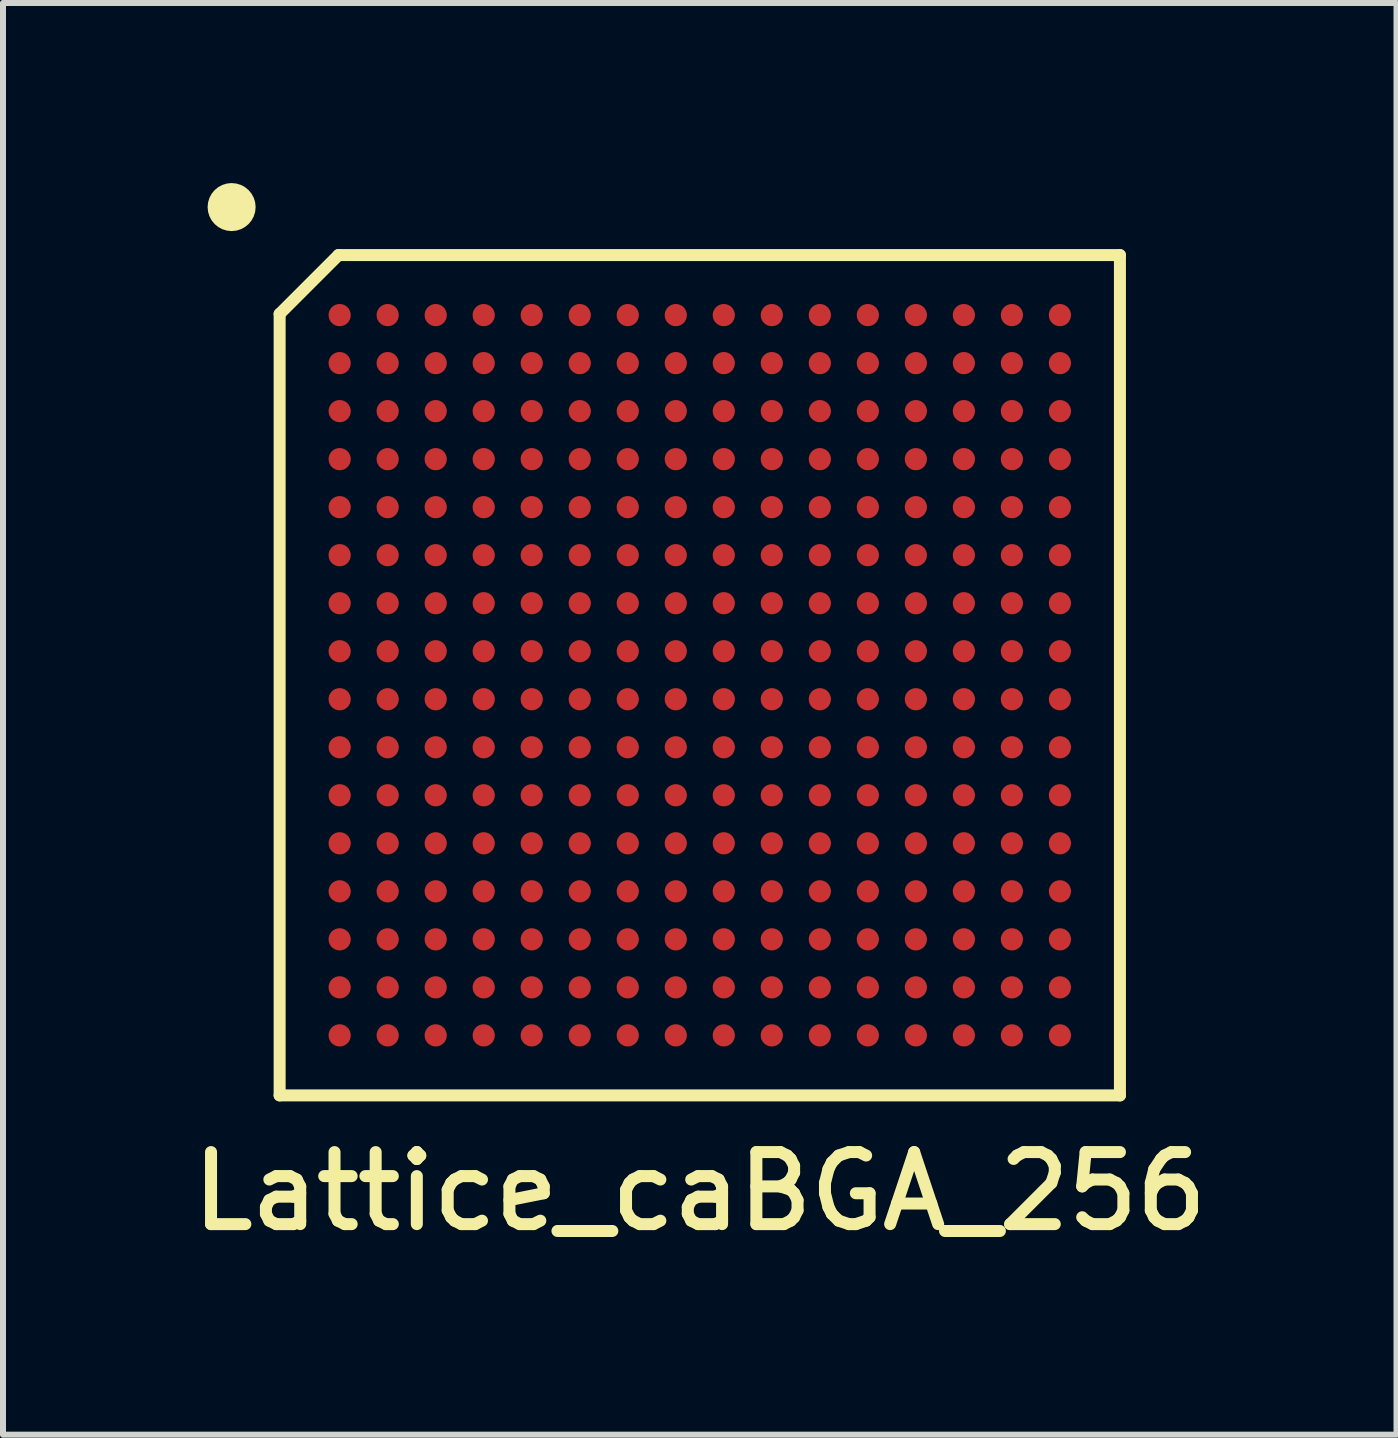
<source format=kicad_pcb>
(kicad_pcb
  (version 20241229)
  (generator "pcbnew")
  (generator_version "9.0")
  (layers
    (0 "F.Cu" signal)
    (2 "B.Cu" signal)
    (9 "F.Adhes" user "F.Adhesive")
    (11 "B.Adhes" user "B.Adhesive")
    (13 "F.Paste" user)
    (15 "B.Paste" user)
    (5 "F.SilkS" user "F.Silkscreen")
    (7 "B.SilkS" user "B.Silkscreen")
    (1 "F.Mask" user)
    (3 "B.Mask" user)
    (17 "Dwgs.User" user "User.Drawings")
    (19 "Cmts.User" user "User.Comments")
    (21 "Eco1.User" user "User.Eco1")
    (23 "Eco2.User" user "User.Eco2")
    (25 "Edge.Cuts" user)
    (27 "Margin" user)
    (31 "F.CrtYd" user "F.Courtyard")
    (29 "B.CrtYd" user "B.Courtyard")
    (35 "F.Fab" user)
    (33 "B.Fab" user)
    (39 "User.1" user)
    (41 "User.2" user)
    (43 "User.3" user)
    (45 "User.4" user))
  (footprint "Lattice_caBGA_256"
    (layer "F.Cu")
    (at 8.609 8.2)
    (property "Reference" "Lattice_caBGA_256" (at 0 8.6 0) (layer "F.SilkS") (effects (font (size 1.2 1.2) (thickness 0.2))))
    (attr through_hole)
    (fp_line (start -7 -6.02) (end -7 7) (stroke (width 0.2) (type solid)) (layer "F.SilkS"))
    (fp_line (start -7 7) (end 7 7) (stroke (width 0.2) (type solid)) (layer "F.SilkS"))
    (fp_line (start -6.02 -7) (end -7 -6.02) (stroke (width 0.2) (type solid)) (layer "F.SilkS"))
    (fp_line (start 7 -7) (end -6.02 -7) (stroke (width 0.2) (type solid)) (layer "F.SilkS"))
    (fp_line (start 7 7) (end 7 -7) (stroke (width 0.2) (type solid)) (layer "F.SilkS"))
    (fp_circle (center -7.8 -7.8) (end -7.8 -7.6) (stroke (width 0.4) (type solid)) (fill no) (layer "F.SilkS"))
    (pad "A1" smd circle (at -6 -6) (size 0.37 0.37) (layers "F.Cu" "F.Mask" "F.Paste"))
    (pad "A2" smd circle (at -5.2 -6) (size 0.37 0.37) (layers "F.Cu" "F.Mask" "F.Paste"))
    (pad "A3" smd circle (at -4.4 -6) (size 0.37 0.37) (layers "F.Cu" "F.Mask" "F.Paste"))
    (pad "A4" smd circle (at -3.6 -6) (size 0.37 0.37) (layers "F.Cu" "F.Mask" "F.Paste"))
    (pad "A5" smd circle (at -2.8 -6) (size 0.37 0.37) (layers "F.Cu" "F.Mask" "F.Paste"))
    (pad "A6" smd circle (at -2 -6) (size 0.37 0.37) (layers "F.Cu" "F.Mask" "F.Paste"))
    (pad "A7" smd circle (at -1.2 -6) (size 0.37 0.37) (layers "F.Cu" "F.Mask" "F.Paste"))
    (pad "A8" smd circle (at -0.4 -6) (size 0.37 0.37) (layers "F.Cu" "F.Mask" "F.Paste"))
    (pad "A9" smd circle (at 0.4 -6) (size 0.37 0.37) (layers "F.Cu" "F.Mask" "F.Paste"))
    (pad "A10" smd circle (at 1.2 -6) (size 0.37 0.37) (layers "F.Cu" "F.Mask" "F.Paste"))
    (pad "A11" smd circle (at 2 -6) (size 0.37 0.37) (layers "F.Cu" "F.Mask" "F.Paste"))
    (pad "A12" smd circle (at 2.8 -6) (size 0.37 0.37) (layers "F.Cu" "F.Mask" "F.Paste"))
    (pad "A13" smd circle (at 3.6 -6) (size 0.37 0.37) (layers "F.Cu" "F.Mask" "F.Paste"))
    (pad "A14" smd circle (at 4.4 -6) (size 0.37 0.37) (layers "F.Cu" "F.Mask" "F.Paste"))
    (pad "A15" smd circle (at 5.2 -6) (size 0.37 0.37) (layers "F.Cu" "F.Mask" "F.Paste"))
    (pad "A16" smd circle (at 6 -6) (size 0.37 0.37) (layers "F.Cu" "F.Mask" "F.Paste"))
    (pad "B1" smd circle (at -6 -5.2) (size 0.37 0.37) (layers "F.Cu" "F.Mask" "F.Paste"))
    (pad "B2" smd circle (at -5.2 -5.2) (size 0.37 0.37) (layers "F.Cu" "F.Mask" "F.Paste"))
    (pad "B3" smd circle (at -4.4 -5.2) (size 0.37 0.37) (layers "F.Cu" "F.Mask" "F.Paste"))
    (pad "B4" smd circle (at -3.6 -5.2) (size 0.37 0.37) (layers "F.Cu" "F.Mask" "F.Paste"))
    (pad "B5" smd circle (at -2.8 -5.2) (size 0.37 0.37) (layers "F.Cu" "F.Mask" "F.Paste"))
    (pad "B6" smd circle (at -2 -5.2) (size 0.37 0.37) (layers "F.Cu" "F.Mask" "F.Paste"))
    (pad "B7" smd circle (at -1.2 -5.2) (size 0.37 0.37) (layers "F.Cu" "F.Mask" "F.Paste"))
    (pad "B8" smd circle (at -0.4 -5.2) (size 0.37 0.37) (layers "F.Cu" "F.Mask" "F.Paste"))
    (pad "B9" smd circle (at 0.4 -5.2) (size 0.37 0.37) (layers "F.Cu" "F.Mask" "F.Paste"))
    (pad "B10" smd circle (at 1.2 -5.2) (size 0.37 0.37) (layers "F.Cu" "F.Mask" "F.Paste"))
    (pad "B11" smd circle (at 2 -5.2) (size 0.37 0.37) (layers "F.Cu" "F.Mask" "F.Paste"))
    (pad "B12" smd circle (at 2.8 -5.2) (size 0.37 0.37) (layers "F.Cu" "F.Mask" "F.Paste"))
    (pad "B13" smd circle (at 3.6 -5.2) (size 0.37 0.37) (layers "F.Cu" "F.Mask" "F.Paste"))
    (pad "B14" smd circle (at 4.4 -5.2) (size 0.37 0.37) (layers "F.Cu" "F.Mask" "F.Paste"))
    (pad "B15" smd circle (at 5.2 -5.2) (size 0.37 0.37) (layers "F.Cu" "F.Mask" "F.Paste"))
    (pad "B16" smd circle (at 6 -5.2) (size 0.37 0.37) (layers "F.Cu" "F.Mask" "F.Paste"))
    (pad "C1" smd circle (at -6 -4.4) (size 0.37 0.37) (layers "F.Cu" "F.Mask" "F.Paste"))
    (pad "C2" smd circle (at -5.2 -4.4) (size 0.37 0.37) (layers "F.Cu" "F.Mask" "F.Paste"))
    (pad "C3" smd circle (at -4.4 -4.4) (size 0.37 0.37) (layers "F.Cu" "F.Mask" "F.Paste"))
    (pad "C4" smd circle (at -3.6 -4.4) (size 0.37 0.37) (layers "F.Cu" "F.Mask" "F.Paste"))
    (pad "C5" smd circle (at -2.8 -4.4) (size 0.37 0.37) (layers "F.Cu" "F.Mask" "F.Paste"))
    (pad "C6" smd circle (at -2 -4.4) (size 0.37 0.37) (layers "F.Cu" "F.Mask" "F.Paste"))
    (pad "C7" smd circle (at -1.2 -4.4) (size 0.37 0.37) (layers "F.Cu" "F.Mask" "F.Paste"))
    (pad "C8" smd circle (at -0.4 -4.4) (size 0.37 0.37) (layers "F.Cu" "F.Mask" "F.Paste"))
    (pad "C9" smd circle (at 0.4 -4.4) (size 0.37 0.37) (layers "F.Cu" "F.Mask" "F.Paste"))
    (pad "C10" smd circle (at 1.2 -4.4) (size 0.37 0.37) (layers "F.Cu" "F.Mask" "F.Paste"))
    (pad "C11" smd circle (at 2 -4.4) (size 0.37 0.37) (layers "F.Cu" "F.Mask" "F.Paste"))
    (pad "C12" smd circle (at 2.8 -4.4) (size 0.37 0.37) (layers "F.Cu" "F.Mask" "F.Paste"))
    (pad "C13" smd circle (at 3.6 -4.4) (size 0.37 0.37) (layers "F.Cu" "F.Mask" "F.Paste"))
    (pad "C14" smd circle (at 4.4 -4.4) (size 0.37 0.37) (layers "F.Cu" "F.Mask" "F.Paste"))
    (pad "C15" smd circle (at 5.2 -4.4) (size 0.37 0.37) (layers "F.Cu" "F.Mask" "F.Paste"))
    (pad "C16" smd circle (at 6 -4.4) (size 0.37 0.37) (layers "F.Cu" "F.Mask" "F.Paste"))
    (pad "D1" smd circle (at -6 -3.6) (size 0.37 0.37) (layers "F.Cu" "F.Mask" "F.Paste"))
    (pad "D2" smd circle (at -5.2 -3.6) (size 0.37 0.37) (layers "F.Cu" "F.Mask" "F.Paste"))
    (pad "D3" smd circle (at -4.4 -3.6) (size 0.37 0.37) (layers "F.Cu" "F.Mask" "F.Paste"))
    (pad "D4" smd circle (at -3.6 -3.6) (size 0.37 0.37) (layers "F.Cu" "F.Mask" "F.Paste"))
    (pad "D5" smd circle (at -2.8 -3.6) (size 0.37 0.37) (layers "F.Cu" "F.Mask" "F.Paste"))
    (pad "D6" smd circle (at -2 -3.6) (size 0.37 0.37) (layers "F.Cu" "F.Mask" "F.Paste"))
    (pad "D7" smd circle (at -1.2 -3.6) (size 0.37 0.37) (layers "F.Cu" "F.Mask" "F.Paste"))
    (pad "D8" smd circle (at -0.4 -3.6) (size 0.37 0.37) (layers "F.Cu" "F.Mask" "F.Paste"))
    (pad "D9" smd circle (at 0.4 -3.6) (size 0.37 0.37) (layers "F.Cu" "F.Mask" "F.Paste"))
    (pad "D10" smd circle (at 1.2 -3.6) (size 0.37 0.37) (layers "F.Cu" "F.Mask" "F.Paste"))
    (pad "D11" smd circle (at 2 -3.6) (size 0.37 0.37) (layers "F.Cu" "F.Mask" "F.Paste"))
    (pad "D12" smd circle (at 2.8 -3.6) (size 0.37 0.37) (layers "F.Cu" "F.Mask" "F.Paste"))
    (pad "D13" smd circle (at 3.6 -3.6) (size 0.37 0.37) (layers "F.Cu" "F.Mask" "F.Paste"))
    (pad "D14" smd circle (at 4.4 -3.6) (size 0.37 0.37) (layers "F.Cu" "F.Mask" "F.Paste"))
    (pad "D15" smd circle (at 5.2 -3.6) (size 0.37 0.37) (layers "F.Cu" "F.Mask" "F.Paste"))
    (pad "D16" smd circle (at 6 -3.6) (size 0.37 0.37) (layers "F.Cu" "F.Mask" "F.Paste"))
    (pad "E1" smd circle (at -6 -2.8) (size 0.37 0.37) (layers "F.Cu" "F.Mask" "F.Paste"))
    (pad "E2" smd circle (at -5.2 -2.8) (size 0.37 0.37) (layers "F.Cu" "F.Mask" "F.Paste"))
    (pad "E3" smd circle (at -4.4 -2.8) (size 0.37 0.37) (layers "F.Cu" "F.Mask" "F.Paste"))
    (pad "E4" smd circle (at -3.6 -2.8) (size 0.37 0.37) (layers "F.Cu" "F.Mask" "F.Paste"))
    (pad "E5" smd circle (at -2.8 -2.8) (size 0.37 0.37) (layers "F.Cu" "F.Mask" "F.Paste"))
    (pad "E6" smd circle (at -2 -2.8) (size 0.37 0.37) (layers "F.Cu" "F.Mask" "F.Paste"))
    (pad "E7" smd circle (at -1.2 -2.8) (size 0.37 0.37) (layers "F.Cu" "F.Mask" "F.Paste"))
    (pad "E8" smd circle (at -0.4 -2.8) (size 0.37 0.37) (layers "F.Cu" "F.Mask" "F.Paste"))
    (pad "E9" smd circle (at 0.4 -2.8) (size 0.37 0.37) (layers "F.Cu" "F.Mask" "F.Paste"))
    (pad "E10" smd circle (at 1.2 -2.8) (size 0.37 0.37) (layers "F.Cu" "F.Mask" "F.Paste"))
    (pad "E11" smd circle (at 2 -2.8) (size 0.37 0.37) (layers "F.Cu" "F.Mask" "F.Paste"))
    (pad "E12" smd circle (at 2.8 -2.8) (size 0.37 0.37) (layers "F.Cu" "F.Mask" "F.Paste"))
    (pad "E13" smd circle (at 3.6 -2.8) (size 0.37 0.37) (layers "F.Cu" "F.Mask" "F.Paste"))
    (pad "E14" smd circle (at 4.4 -2.8) (size 0.37 0.37) (layers "F.Cu" "F.Mask" "F.Paste"))
    (pad "E15" smd circle (at 5.2 -2.8) (size 0.37 0.37) (layers "F.Cu" "F.Mask" "F.Paste"))
    (pad "E16" smd circle (at 6 -2.8) (size 0.37 0.37) (layers "F.Cu" "F.Mask" "F.Paste"))
    (pad "F1" smd circle (at -6 -2) (size 0.37 0.37) (layers "F.Cu" "F.Mask" "F.Paste"))
    (pad "F2" smd circle (at -5.2 -2) (size 0.37 0.37) (layers "F.Cu" "F.Mask" "F.Paste"))
    (pad "F3" smd circle (at -4.4 -2) (size 0.37 0.37) (layers "F.Cu" "F.Mask" "F.Paste"))
    (pad "F4" smd circle (at -3.6 -2) (size 0.37 0.37) (layers "F.Cu" "F.Mask" "F.Paste"))
    (pad "F5" smd circle (at -2.8 -2) (size 0.37 0.37) (layers "F.Cu" "F.Mask" "F.Paste"))
    (pad "F6" smd circle (at -2 -2) (size 0.37 0.37) (layers "F.Cu" "F.Mask" "F.Paste"))
    (pad "F7" smd circle (at -1.2 -2) (size 0.37 0.37) (layers "F.Cu" "F.Mask" "F.Paste"))
    (pad "F8" smd circle (at -0.4 -2) (size 0.37 0.37) (layers "F.Cu" "F.Mask" "F.Paste"))
    (pad "F9" smd circle (at 0.4 -2) (size 0.37 0.37) (layers "F.Cu" "F.Mask" "F.Paste"))
    (pad "F10" smd circle (at 1.2 -2) (size 0.37 0.37) (layers "F.Cu" "F.Mask" "F.Paste"))
    (pad "F11" smd circle (at 2 -2) (size 0.37 0.37) (layers "F.Cu" "F.Mask" "F.Paste"))
    (pad "F12" smd circle (at 2.8 -2) (size 0.37 0.37) (layers "F.Cu" "F.Mask" "F.Paste"))
    (pad "F13" smd circle (at 3.6 -2) (size 0.37 0.37) (layers "F.Cu" "F.Mask" "F.Paste"))
    (pad "F14" smd circle (at 4.4 -2) (size 0.37 0.37) (layers "F.Cu" "F.Mask" "F.Paste"))
    (pad "F15" smd circle (at 5.2 -2) (size 0.37 0.37) (layers "F.Cu" "F.Mask" "F.Paste"))
    (pad "F16" smd circle (at 6 -2) (size 0.37 0.37) (layers "F.Cu" "F.Mask" "F.Paste"))
    (pad "G1" smd circle (at -6 -1.2) (size 0.37 0.37) (layers "F.Cu" "F.Mask" "F.Paste"))
    (pad "G2" smd circle (at -5.2 -1.2) (size 0.37 0.37) (layers "F.Cu" "F.Mask" "F.Paste"))
    (pad "G3" smd circle (at -4.4 -1.2) (size 0.37 0.37) (layers "F.Cu" "F.Mask" "F.Paste"))
    (pad "G4" smd circle (at -3.6 -1.2) (size 0.37 0.37) (layers "F.Cu" "F.Mask" "F.Paste"))
    (pad "G5" smd circle (at -2.8 -1.2) (size 0.37 0.37) (layers "F.Cu" "F.Mask" "F.Paste"))
    (pad "G6" smd circle (at -2 -1.2) (size 0.37 0.37) (layers "F.Cu" "F.Mask" "F.Paste"))
    (pad "G7" smd circle (at -1.2 -1.2) (size 0.37 0.37) (layers "F.Cu" "F.Mask" "F.Paste"))
    (pad "G8" smd circle (at -0.4 -1.2) (size 0.37 0.37) (layers "F.Cu" "F.Mask" "F.Paste"))
    (pad "G9" smd circle (at 0.4 -1.2) (size 0.37 0.37) (layers "F.Cu" "F.Mask" "F.Paste"))
    (pad "G10" smd circle (at 1.2 -1.2) (size 0.37 0.37) (layers "F.Cu" "F.Mask" "F.Paste"))
    (pad "G11" smd circle (at 2 -1.2) (size 0.37 0.37) (layers "F.Cu" "F.Mask" "F.Paste"))
    (pad "G12" smd circle (at 2.8 -1.2) (size 0.37 0.37) (layers "F.Cu" "F.Mask" "F.Paste"))
    (pad "G13" smd circle (at 3.6 -1.2) (size 0.37 0.37) (layers "F.Cu" "F.Mask" "F.Paste"))
    (pad "G14" smd circle (at 4.4 -1.2) (size 0.37 0.37) (layers "F.Cu" "F.Mask" "F.Paste"))
    (pad "G15" smd circle (at 5.2 -1.2) (size 0.37 0.37) (layers "F.Cu" "F.Mask" "F.Paste"))
    (pad "G16" smd circle (at 6 -1.2) (size 0.37 0.37) (layers "F.Cu" "F.Mask" "F.Paste"))
    (pad "H1" smd circle (at -6 -0.4) (size 0.37 0.37) (layers "F.Cu" "F.Mask" "F.Paste"))
    (pad "H2" smd circle (at -5.2 -0.4) (size 0.37 0.37) (layers "F.Cu" "F.Mask" "F.Paste"))
    (pad "H3" smd circle (at -4.4 -0.4) (size 0.37 0.37) (layers "F.Cu" "F.Mask" "F.Paste"))
    (pad "H4" smd circle (at -3.6 -0.4) (size 0.37 0.37) (layers "F.Cu" "F.Mask" "F.Paste"))
    (pad "H5" smd circle (at -2.8 -0.4) (size 0.37 0.37) (layers "F.Cu" "F.Mask" "F.Paste"))
    (pad "H6" smd circle (at -2 -0.4) (size 0.37 0.37) (layers "F.Cu" "F.Mask" "F.Paste"))
    (pad "H7" smd circle (at -1.2 -0.4) (size 0.37 0.37) (layers "F.Cu" "F.Mask" "F.Paste"))
    (pad "H8" smd circle (at -0.4 -0.4) (size 0.37 0.37) (layers "F.Cu" "F.Mask" "F.Paste"))
    (pad "H9" smd circle (at 0.4 -0.4) (size 0.37 0.37) (layers "F.Cu" "F.Mask" "F.Paste"))
    (pad "H10" smd circle (at 1.2 -0.4) (size 0.37 0.37) (layers "F.Cu" "F.Mask" "F.Paste"))
    (pad "H11" smd circle (at 2 -0.4) (size 0.37 0.37) (layers "F.Cu" "F.Mask" "F.Paste"))
    (pad "H12" smd circle (at 2.8 -0.4) (size 0.37 0.37) (layers "F.Cu" "F.Mask" "F.Paste"))
    (pad "H13" smd circle (at 3.6 -0.4) (size 0.37 0.37) (layers "F.Cu" "F.Mask" "F.Paste"))
    (pad "H14" smd circle (at 4.4 -0.4) (size 0.37 0.37) (layers "F.Cu" "F.Mask" "F.Paste"))
    (pad "H15" smd circle (at 5.2 -0.4) (size 0.37 0.37) (layers "F.Cu" "F.Mask" "F.Paste"))
    (pad "H16" smd circle (at 6 -0.4) (size 0.37 0.37) (layers "F.Cu" "F.Mask" "F.Paste"))
    (pad "J1" smd circle (at -6 0.4) (size 0.37 0.37) (layers "F.Cu" "F.Mask" "F.Paste"))
    (pad "J2" smd circle (at -5.2 0.4) (size 0.37 0.37) (layers "F.Cu" "F.Mask" "F.Paste"))
    (pad "J3" smd circle (at -4.4 0.4) (size 0.37 0.37) (layers "F.Cu" "F.Mask" "F.Paste"))
    (pad "J4" smd circle (at -3.6 0.4) (size 0.37 0.37) (layers "F.Cu" "F.Mask" "F.Paste"))
    (pad "J5" smd circle (at -2.8 0.4) (size 0.37 0.37) (layers "F.Cu" "F.Mask" "F.Paste"))
    (pad "J6" smd circle (at -2 0.4) (size 0.37 0.37) (layers "F.Cu" "F.Mask" "F.Paste"))
    (pad "J7" smd circle (at -1.2 0.4) (size 0.37 0.37) (layers "F.Cu" "F.Mask" "F.Paste"))
    (pad "J8" smd circle (at -0.4 0.4) (size 0.37 0.37) (layers "F.Cu" "F.Mask" "F.Paste"))
    (pad "J9" smd circle (at 0.4 0.4) (size 0.37 0.37) (layers "F.Cu" "F.Mask" "F.Paste"))
    (pad "J10" smd circle (at 1.2 0.4) (size 0.37 0.37) (layers "F.Cu" "F.Mask" "F.Paste"))
    (pad "J11" smd circle (at 2 0.4) (size 0.37 0.37) (layers "F.Cu" "F.Mask" "F.Paste"))
    (pad "J12" smd circle (at 2.8 0.4) (size 0.37 0.37) (layers "F.Cu" "F.Mask" "F.Paste"))
    (pad "J13" smd circle (at 3.6 0.4) (size 0.37 0.37) (layers "F.Cu" "F.Mask" "F.Paste"))
    (pad "J14" smd circle (at 4.4 0.4) (size 0.37 0.37) (layers "F.Cu" "F.Mask" "F.Paste"))
    (pad "J15" smd circle (at 5.2 0.4) (size 0.37 0.37) (layers "F.Cu" "F.Mask" "F.Paste"))
    (pad "J16" smd circle (at 6 0.4) (size 0.37 0.37) (layers "F.Cu" "F.Mask" "F.Paste"))
    (pad "K1" smd circle (at -6 1.2) (size 0.37 0.37) (layers "F.Cu" "F.Mask" "F.Paste"))
    (pad "K2" smd circle (at -5.2 1.2) (size 0.37 0.37) (layers "F.Cu" "F.Mask" "F.Paste"))
    (pad "K3" smd circle (at -4.4 1.2) (size 0.37 0.37) (layers "F.Cu" "F.Mask" "F.Paste"))
    (pad "K4" smd circle (at -3.6 1.2) (size 0.37 0.37) (layers "F.Cu" "F.Mask" "F.Paste"))
    (pad "K5" smd circle (at -2.8 1.2) (size 0.37 0.37) (layers "F.Cu" "F.Mask" "F.Paste"))
    (pad "K6" smd circle (at -2 1.2) (size 0.37 0.37) (layers "F.Cu" "F.Mask" "F.Paste"))
    (pad "K7" smd circle (at -1.2 1.2) (size 0.37 0.37) (layers "F.Cu" "F.Mask" "F.Paste"))
    (pad "K8" smd circle (at -0.4 1.2) (size 0.37 0.37) (layers "F.Cu" "F.Mask" "F.Paste"))
    (pad "K9" smd circle (at 0.4 1.2) (size 0.37 0.37) (layers "F.Cu" "F.Mask" "F.Paste"))
    (pad "K10" smd circle (at 1.2 1.2) (size 0.37 0.37) (layers "F.Cu" "F.Mask" "F.Paste"))
    (pad "K11" smd circle (at 2 1.2) (size 0.37 0.37) (layers "F.Cu" "F.Mask" "F.Paste"))
    (pad "K12" smd circle (at 2.8 1.2) (size 0.37 0.37) (layers "F.Cu" "F.Mask" "F.Paste"))
    (pad "K13" smd circle (at 3.6 1.2) (size 0.37 0.37) (layers "F.Cu" "F.Mask" "F.Paste"))
    (pad "K14" smd circle (at 4.4 1.2) (size 0.37 0.37) (layers "F.Cu" "F.Mask" "F.Paste"))
    (pad "K15" smd circle (at 5.2 1.2) (size 0.37 0.37) (layers "F.Cu" "F.Mask" "F.Paste"))
    (pad "K16" smd circle (at 6 1.2) (size 0.37 0.37) (layers "F.Cu" "F.Mask" "F.Paste"))
    (pad "L1" smd circle (at -6 2) (size 0.37 0.37) (layers "F.Cu" "F.Mask" "F.Paste"))
    (pad "L2" smd circle (at -5.2 2) (size 0.37 0.37) (layers "F.Cu" "F.Mask" "F.Paste"))
    (pad "L3" smd circle (at -4.4 2) (size 0.37 0.37) (layers "F.Cu" "F.Mask" "F.Paste"))
    (pad "L4" smd circle (at -3.6 2) (size 0.37 0.37) (layers "F.Cu" "F.Mask" "F.Paste"))
    (pad "L5" smd circle (at -2.8 2) (size 0.37 0.37) (layers "F.Cu" "F.Mask" "F.Paste"))
    (pad "L6" smd circle (at -2 2) (size 0.37 0.37) (layers "F.Cu" "F.Mask" "F.Paste"))
    (pad "L7" smd circle (at -1.2 2) (size 0.37 0.37) (layers "F.Cu" "F.Mask" "F.Paste"))
    (pad "L8" smd circle (at -0.4 2) (size 0.37 0.37) (layers "F.Cu" "F.Mask" "F.Paste"))
    (pad "L9" smd circle (at 0.4 2) (size 0.37 0.37) (layers "F.Cu" "F.Mask" "F.Paste"))
    (pad "L10" smd circle (at 1.2 2) (size 0.37 0.37) (layers "F.Cu" "F.Mask" "F.Paste"))
    (pad "L11" smd circle (at 2 2) (size 0.37 0.37) (layers "F.Cu" "F.Mask" "F.Paste"))
    (pad "L12" smd circle (at 2.8 2) (size 0.37 0.37) (layers "F.Cu" "F.Mask" "F.Paste"))
    (pad "L13" smd circle (at 3.6 2) (size 0.37 0.37) (layers "F.Cu" "F.Mask" "F.Paste"))
    (pad "L14" smd circle (at 4.4 2) (size 0.37 0.37) (layers "F.Cu" "F.Mask" "F.Paste"))
    (pad "L15" smd circle (at 5.2 2) (size 0.37 0.37) (layers "F.Cu" "F.Mask" "F.Paste"))
    (pad "L16" smd circle (at 6 2) (size 0.37 0.37) (layers "F.Cu" "F.Mask" "F.Paste"))
    (pad "M1" smd circle (at -6 2.8) (size 0.37 0.37) (layers "F.Cu" "F.Mask" "F.Paste"))
    (pad "M2" smd circle (at -5.2 2.8) (size 0.37 0.37) (layers "F.Cu" "F.Mask" "F.Paste"))
    (pad "M3" smd circle (at -4.4 2.8) (size 0.37 0.37) (layers "F.Cu" "F.Mask" "F.Paste"))
    (pad "M4" smd circle (at -3.6 2.8) (size 0.37 0.37) (layers "F.Cu" "F.Mask" "F.Paste"))
    (pad "M5" smd circle (at -2.8 2.8) (size 0.37 0.37) (layers "F.Cu" "F.Mask" "F.Paste"))
    (pad "M6" smd circle (at -2 2.8) (size 0.37 0.37) (layers "F.Cu" "F.Mask" "F.Paste"))
    (pad "M7" smd circle (at -1.2 2.8) (size 0.37 0.37) (layers "F.Cu" "F.Mask" "F.Paste"))
    (pad "M8" smd circle (at -0.4 2.8) (size 0.37 0.37) (layers "F.Cu" "F.Mask" "F.Paste"))
    (pad "M9" smd circle (at 0.4 2.8) (size 0.37 0.37) (layers "F.Cu" "F.Mask" "F.Paste"))
    (pad "M10" smd circle (at 1.2 2.8) (size 0.37 0.37) (layers "F.Cu" "F.Mask" "F.Paste"))
    (pad "M11" smd circle (at 2 2.8) (size 0.37 0.37) (layers "F.Cu" "F.Mask" "F.Paste"))
    (pad "M12" smd circle (at 2.8 2.8) (size 0.37 0.37) (layers "F.Cu" "F.Mask" "F.Paste"))
    (pad "M13" smd circle (at 3.6 2.8) (size 0.37 0.37) (layers "F.Cu" "F.Mask" "F.Paste"))
    (pad "M14" smd circle (at 4.4 2.8) (size 0.37 0.37) (layers "F.Cu" "F.Mask" "F.Paste"))
    (pad "M15" smd circle (at 5.2 2.8) (size 0.37 0.37) (layers "F.Cu" "F.Mask" "F.Paste"))
    (pad "M16" smd circle (at 6 2.8) (size 0.37 0.37) (layers "F.Cu" "F.Mask" "F.Paste"))
    (pad "N1" smd circle (at -6 3.6) (size 0.37 0.37) (layers "F.Cu" "F.Mask" "F.Paste"))
    (pad "N2" smd circle (at -5.2 3.6) (size 0.37 0.37) (layers "F.Cu" "F.Mask" "F.Paste"))
    (pad "N3" smd circle (at -4.4 3.6) (size 0.37 0.37) (layers "F.Cu" "F.Mask" "F.Paste"))
    (pad "N4" smd circle (at -3.6 3.6) (size 0.37 0.37) (layers "F.Cu" "F.Mask" "F.Paste"))
    (pad "N5" smd circle (at -2.8 3.6) (size 0.37 0.37) (layers "F.Cu" "F.Mask" "F.Paste"))
    (pad "N6" smd circle (at -2 3.6) (size 0.37 0.37) (layers "F.Cu" "F.Mask" "F.Paste"))
    (pad "N7" smd circle (at -1.2 3.6) (size 0.37 0.37) (layers "F.Cu" "F.Mask" "F.Paste"))
    (pad "N8" smd circle (at -0.4 3.6) (size 0.37 0.37) (layers "F.Cu" "F.Mask" "F.Paste"))
    (pad "N9" smd circle (at 0.4 3.6) (size 0.37 0.37) (layers "F.Cu" "F.Mask" "F.Paste"))
    (pad "N10" smd circle (at 1.2 3.6) (size 0.37 0.37) (layers "F.Cu" "F.Mask" "F.Paste"))
    (pad "N11" smd circle (at 2 3.6) (size 0.37 0.37) (layers "F.Cu" "F.Mask" "F.Paste"))
    (pad "N12" smd circle (at 2.8 3.6) (size 0.37 0.37) (layers "F.Cu" "F.Mask" "F.Paste"))
    (pad "N13" smd circle (at 3.6 3.6) (size 0.37 0.37) (layers "F.Cu" "F.Mask" "F.Paste"))
    (pad "N14" smd circle (at 4.4 3.6) (size 0.37 0.37) (layers "F.Cu" "F.Mask" "F.Paste"))
    (pad "N15" smd circle (at 5.2 3.6) (size 0.37 0.37) (layers "F.Cu" "F.Mask" "F.Paste"))
    (pad "N16" smd circle (at 6 3.6) (size 0.37 0.37) (layers "F.Cu" "F.Mask" "F.Paste"))
    (pad "P1" smd circle (at -6 4.4) (size 0.37 0.37) (layers "F.Cu" "F.Mask" "F.Paste"))
    (pad "P2" smd circle (at -5.2 4.4) (size 0.37 0.37) (layers "F.Cu" "F.Mask" "F.Paste"))
    (pad "P3" smd circle (at -4.4 4.4) (size 0.37 0.37) (layers "F.Cu" "F.Mask" "F.Paste"))
    (pad "P4" smd circle (at -3.6 4.4) (size 0.37 0.37) (layers "F.Cu" "F.Mask" "F.Paste"))
    (pad "P5" smd circle (at -2.8 4.4) (size 0.37 0.37) (layers "F.Cu" "F.Mask" "F.Paste"))
    (pad "P6" smd circle (at -2 4.4) (size 0.37 0.37) (layers "F.Cu" "F.Mask" "F.Paste"))
    (pad "P7" smd circle (at -1.2 4.4) (size 0.37 0.37) (layers "F.Cu" "F.Mask" "F.Paste"))
    (pad "P8" smd circle (at -0.4 4.4) (size 0.37 0.37) (layers "F.Cu" "F.Mask" "F.Paste"))
    (pad "P9" smd circle (at 0.4 4.4) (size 0.37 0.37) (layers "F.Cu" "F.Mask" "F.Paste"))
    (pad "P10" smd circle (at 1.2 4.4) (size 0.37 0.37) (layers "F.Cu" "F.Mask" "F.Paste"))
    (pad "P11" smd circle (at 2 4.4) (size 0.37 0.37) (layers "F.Cu" "F.Mask" "F.Paste"))
    (pad "P12" smd circle (at 2.8 4.4) (size 0.37 0.37) (layers "F.Cu" "F.Mask" "F.Paste"))
    (pad "P13" smd circle (at 3.6 4.4) (size 0.37 0.37) (layers "F.Cu" "F.Mask" "F.Paste"))
    (pad "P14" smd circle (at 4.4 4.4) (size 0.37 0.37) (layers "F.Cu" "F.Mask" "F.Paste"))
    (pad "P15" smd circle (at 5.2 4.4) (size 0.37 0.37) (layers "F.Cu" "F.Mask" "F.Paste"))
    (pad "P16" smd circle (at 6 4.4) (size 0.37 0.37) (layers "F.Cu" "F.Mask" "F.Paste"))
    (pad "R1" smd circle (at -6 5.2) (size 0.37 0.37) (layers "F.Cu" "F.Mask" "F.Paste"))
    (pad "R2" smd circle (at -5.2 5.2) (size 0.37 0.37) (layers "F.Cu" "F.Mask" "F.Paste"))
    (pad "R3" smd circle (at -4.4 5.2) (size 0.37 0.37) (layers "F.Cu" "F.Mask" "F.Paste"))
    (pad "R4" smd circle (at -3.6 5.2) (size 0.37 0.37) (layers "F.Cu" "F.Mask" "F.Paste"))
    (pad "R5" smd circle (at -2.8 5.2) (size 0.37 0.37) (layers "F.Cu" "F.Mask" "F.Paste"))
    (pad "R6" smd circle (at -2 5.2) (size 0.37 0.37) (layers "F.Cu" "F.Mask" "F.Paste"))
    (pad "R7" smd circle (at -1.2 5.2) (size 0.37 0.37) (layers "F.Cu" "F.Mask" "F.Paste"))
    (pad "R8" smd circle (at -0.4 5.2) (size 0.37 0.37) (layers "F.Cu" "F.Mask" "F.Paste"))
    (pad "R9" smd circle (at 0.4 5.2) (size 0.37 0.37) (layers "F.Cu" "F.Mask" "F.Paste"))
    (pad "R10" smd circle (at 1.2 5.2) (size 0.37 0.37) (layers "F.Cu" "F.Mask" "F.Paste"))
    (pad "R11" smd circle (at 2 5.2) (size 0.37 0.37) (layers "F.Cu" "F.Mask" "F.Paste"))
    (pad "R12" smd circle (at 2.8 5.2) (size 0.37 0.37) (layers "F.Cu" "F.Mask" "F.Paste"))
    (pad "R13" smd circle (at 3.6 5.2) (size 0.37 0.37) (layers "F.Cu" "F.Mask" "F.Paste"))
    (pad "R14" smd circle (at 4.4 5.2) (size 0.37 0.37) (layers "F.Cu" "F.Mask" "F.Paste"))
    (pad "R15" smd circle (at 5.2 5.2) (size 0.37 0.37) (layers "F.Cu" "F.Mask" "F.Paste"))
    (pad "R16" smd circle (at 6 5.2) (size 0.37 0.37) (layers "F.Cu" "F.Mask" "F.Paste"))
    (pad "T1" smd circle (at -6 6) (size 0.37 0.37) (layers "F.Cu" "F.Mask" "F.Paste"))
    (pad "T2" smd circle (at -5.2 6) (size 0.37 0.37) (layers "F.Cu" "F.Mask" "F.Paste"))
    (pad "T3" smd circle (at -4.4 6) (size 0.37 0.37) (layers "F.Cu" "F.Mask" "F.Paste"))
    (pad "T4" smd circle (at -3.6 6) (size 0.37 0.37) (layers "F.Cu" "F.Mask" "F.Paste"))
    (pad "T5" smd circle (at -2.8 6) (size 0.37 0.37) (layers "F.Cu" "F.Mask" "F.Paste"))
    (pad "T6" smd circle (at -2 6) (size 0.37 0.37) (layers "F.Cu" "F.Mask" "F.Paste"))
    (pad "T7" smd circle (at -1.2 6) (size 0.37 0.37) (layers "F.Cu" "F.Mask" "F.Paste"))
    (pad "T8" smd circle (at -0.4 6) (size 0.37 0.37) (layers "F.Cu" "F.Mask" "F.Paste"))
    (pad "T9" smd circle (at 0.4 6) (size 0.37 0.37) (layers "F.Cu" "F.Mask" "F.Paste"))
    (pad "T10" smd circle (at 1.2 6) (size 0.37 0.37) (layers "F.Cu" "F.Mask" "F.Paste"))
    (pad "T11" smd circle (at 2 6) (size 0.37 0.37) (layers "F.Cu" "F.Mask" "F.Paste"))
    (pad "T12" smd circle (at 2.8 6) (size 0.37 0.37) (layers "F.Cu" "F.Mask" "F.Paste"))
    (pad "T13" smd circle (at 3.6 6) (size 0.37 0.37) (layers "F.Cu" "F.Mask" "F.Paste"))
    (pad "T14" smd circle (at 4.4 6) (size 0.37 0.37) (layers "F.Cu" "F.Mask" "F.Paste"))
    (pad "T15" smd circle (at 5.2 6) (size 0.37 0.37) (layers "F.Cu" "F.Mask" "F.Paste"))
    (pad "T16" smd circle (at 6 6) (size 0.37 0.37) (layers "F.Cu" "F.Mask" "F.Paste")))
  (gr_rect
    (start -3 -3)
    (end 20.217 20.853)
    (stroke (width 0.1) (type default))
    (fill no)
    (layer "Edge.Cuts")))
</source>
